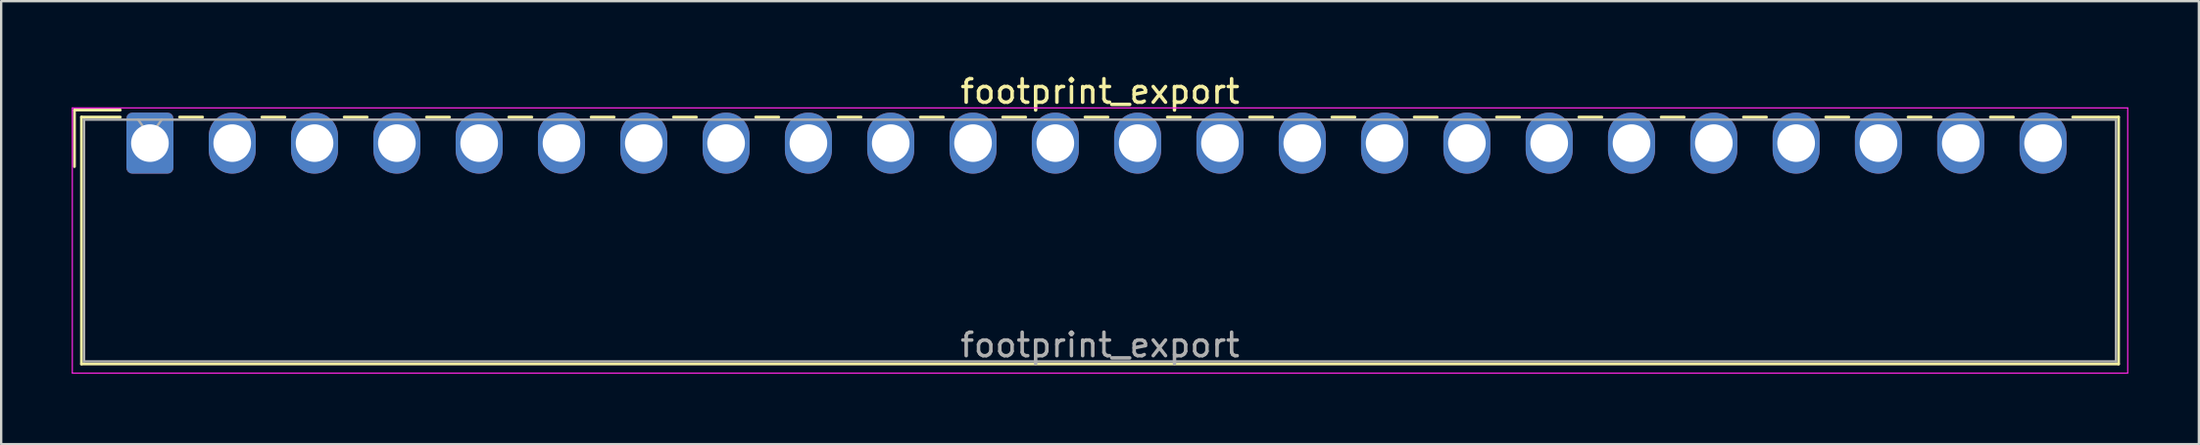
<source format=kicad_pcb>
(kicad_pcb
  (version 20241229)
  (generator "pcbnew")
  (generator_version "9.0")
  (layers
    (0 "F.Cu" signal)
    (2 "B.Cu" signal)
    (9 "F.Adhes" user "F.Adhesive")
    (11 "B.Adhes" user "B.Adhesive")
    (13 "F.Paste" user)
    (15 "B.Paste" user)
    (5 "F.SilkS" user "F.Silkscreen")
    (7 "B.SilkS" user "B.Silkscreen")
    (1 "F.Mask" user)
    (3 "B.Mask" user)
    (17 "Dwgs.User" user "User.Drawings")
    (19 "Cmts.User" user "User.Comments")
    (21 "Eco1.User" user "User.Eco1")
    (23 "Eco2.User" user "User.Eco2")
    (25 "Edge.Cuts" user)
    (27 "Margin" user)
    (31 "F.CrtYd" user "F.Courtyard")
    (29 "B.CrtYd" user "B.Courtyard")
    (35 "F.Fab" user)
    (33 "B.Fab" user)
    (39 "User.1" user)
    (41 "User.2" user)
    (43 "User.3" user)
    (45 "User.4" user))
  (footprint "footprint_export"
    (layer "F.Cu")
    (at 3.325 3.048)
    (property "Reference" "footprint_export" (at 40.4 -2.2 0) (layer "F.SilkS") (effects (font (size 1 1) (thickness 0.15))))
    (attr through_hole)
    (fp_line (start -3.21 -1.41) (end -1.26 -1.41) (stroke (width 0.12) (type solid)) (layer "F.SilkS"))
    (fp_line (start -3.21 1) (end -3.21 -1.41) (stroke (width 0.12) (type solid)) (layer "F.SilkS"))
    (fp_line (start -2.91 -1.11) (end -2.91 9.41) (stroke (width 0.12) (type solid)) (layer "F.SilkS"))
    (fp_line (start -2.91 9.41) (end 83.71 9.41) (stroke (width 0.12) (type solid)) (layer "F.SilkS"))
    (fp_line (start -1.26 -1.11) (end -2.91 -1.11) (stroke (width 0.12) (type solid)) (layer "F.SilkS"))
    (fp_line (start 1.26 -1.11) (end 2.24 -1.11) (stroke (width 0.12) (type solid)) (layer "F.SilkS"))
    (fp_line (start 4.76 -1.11) (end 5.74 -1.11) (stroke (width 0.12) (type solid)) (layer "F.SilkS"))
    (fp_line (start 8.26 -1.11) (end 9.24 -1.11) (stroke (width 0.12) (type solid)) (layer "F.SilkS"))
    (fp_line (start 11.76 -1.11) (end 12.74 -1.11) (stroke (width 0.12) (type solid)) (layer "F.SilkS"))
    (fp_line (start 15.26 -1.11) (end 16.24 -1.11) (stroke (width 0.12) (type solid)) (layer "F.SilkS"))
    (fp_line (start 18.76 -1.11) (end 19.74 -1.11) (stroke (width 0.12) (type solid)) (layer "F.SilkS"))
    (fp_line (start 22.26 -1.11) (end 23.24 -1.11) (stroke (width 0.12) (type solid)) (layer "F.SilkS"))
    (fp_line (start 25.76 -1.11) (end 26.74 -1.11) (stroke (width 0.12) (type solid)) (layer "F.SilkS"))
    (fp_line (start 29.26 -1.11) (end 30.24 -1.11) (stroke (width 0.12) (type solid)) (layer "F.SilkS"))
    (fp_line (start 32.76 -1.11) (end 33.74 -1.11) (stroke (width 0.12) (type solid)) (layer "F.SilkS"))
    (fp_line (start 36.26 -1.11) (end 37.24 -1.11) (stroke (width 0.12) (type solid)) (layer "F.SilkS"))
    (fp_line (start 39.76 -1.11) (end 40.74 -1.11) (stroke (width 0.12) (type solid)) (layer "F.SilkS"))
    (fp_line (start 43.26 -1.11) (end 44.24 -1.11) (stroke (width 0.12) (type solid)) (layer "F.SilkS"))
    (fp_line (start 46.76 -1.11) (end 47.74 -1.11) (stroke (width 0.12) (type solid)) (layer "F.SilkS"))
    (fp_line (start 50.26 -1.11) (end 51.24 -1.11) (stroke (width 0.12) (type solid)) (layer "F.SilkS"))
    (fp_line (start 53.76 -1.11) (end 54.74 -1.11) (stroke (width 0.12) (type solid)) (layer "F.SilkS"))
    (fp_line (start 57.26 -1.11) (end 58.24 -1.11) (stroke (width 0.12) (type solid)) (layer "F.SilkS"))
    (fp_line (start 60.76 -1.11) (end 61.74 -1.11) (stroke (width 0.12) (type solid)) (layer "F.SilkS"))
    (fp_line (start 64.26 -1.11) (end 65.24 -1.11) (stroke (width 0.12) (type solid)) (layer "F.SilkS"))
    (fp_line (start 67.76 -1.11) (end 68.74 -1.11) (stroke (width 0.12) (type solid)) (layer "F.SilkS"))
    (fp_line (start 71.26 -1.11) (end 72.24 -1.11) (stroke (width 0.12) (type solid)) (layer "F.SilkS"))
    (fp_line (start 74.76 -1.11) (end 75.74 -1.11) (stroke (width 0.12) (type solid)) (layer "F.SilkS"))
    (fp_line (start 78.26 -1.11) (end 79.24 -1.11) (stroke (width 0.12) (type solid)) (layer "F.SilkS"))
    (fp_line (start 83.71 -1.11) (end 81.76 -1.11) (stroke (width 0.12) (type solid)) (layer "F.SilkS"))
    (fp_line (start 83.71 9.41) (end 83.71 -1.11) (stroke (width 0.12) (type solid)) (layer "F.SilkS"))
    (fp_line (start -3.3 -1.5) (end -3.3 9.8) (stroke (width 0.05) (type solid)) (layer "F.CrtYd"))
    (fp_line (start -3.3 9.8) (end 84.1 9.8) (stroke (width 0.05) (type solid)) (layer "F.CrtYd"))
    (fp_line (start 84.1 -1.5) (end -3.3 -1.5) (stroke (width 0.05) (type solid)) (layer "F.CrtYd"))
    (fp_line (start 84.1 9.8) (end 84.1 -1.5) (stroke (width 0.05) (type solid)) (layer "F.CrtYd"))
    (fp_line (start -2.8 -1) (end -2.8 9.3) (stroke (width 0.1) (type solid)) (layer "F.Fab"))
    (fp_line (start -2.8 9.3) (end 83.6 9.3) (stroke (width 0.1) (type solid)) (layer "F.Fab"))
    (fp_line (start -0.5 -1) (end 0 -0.293) (stroke (width 0.1) (type solid)) (layer "F.Fab"))
    (fp_line (start 0 -0.293) (end 0.5 -1) (stroke (width 0.1) (type solid)) (layer "F.Fab"))
    (fp_line (start 83.6 -1) (end -2.8 -1) (stroke (width 0.1) (type solid)) (layer "F.Fab"))
    (fp_line (start 83.6 9.3) (end 83.6 -1) (stroke (width 0.1) (type solid)) (layer "F.Fab"))
    (fp_text user "${REFERENCE}" (at 40.4 8.6 0) (layer "F.Fab") (effects (font (size 1 1) (thickness 0.15))))
    (pad "1" thru_hole roundrect (at 0 0) (size 2 2.6) (drill 1.6) (layers "*.Cu" "*.Mask") (roundrect_rratio 0.125))
    (pad "2" thru_hole oval (at 3.5 0) (size 2 2.6) (drill 1.6) (layers "*.Cu" "*.Mask"))
    (pad "3" thru_hole oval (at 7 0) (size 2 2.6) (drill 1.6) (layers "*.Cu" "*.Mask"))
    (pad "4" thru_hole oval (at 10.5 0) (size 2 2.6) (drill 1.6) (layers "*.Cu" "*.Mask"))
    (pad "5" thru_hole oval (at 14 0) (size 2 2.6) (drill 1.6) (layers "*.Cu" "*.Mask"))
    (pad "6" thru_hole oval (at 17.5 0) (size 2 2.6) (drill 1.6) (layers "*.Cu" "*.Mask"))
    (pad "7" thru_hole oval (at 21 0) (size 2 2.6) (drill 1.6) (layers "*.Cu" "*.Mask"))
    (pad "8" thru_hole oval (at 24.5 0) (size 2 2.6) (drill 1.6) (layers "*.Cu" "*.Mask"))
    (pad "9" thru_hole oval (at 28 0) (size 2 2.6) (drill 1.6) (layers "*.Cu" "*.Mask"))
    (pad "10" thru_hole oval (at 31.5 0) (size 2 2.6) (drill 1.6) (layers "*.Cu" "*.Mask"))
    (pad "11" thru_hole oval (at 35 0) (size 2 2.6) (drill 1.6) (layers "*.Cu" "*.Mask"))
    (pad "12" thru_hole oval (at 38.5 0) (size 2 2.6) (drill 1.6) (layers "*.Cu" "*.Mask"))
    (pad "13" thru_hole oval (at 42 0) (size 2 2.6) (drill 1.6) (layers "*.Cu" "*.Mask"))
    (pad "14" thru_hole oval (at 45.5 0) (size 2 2.6) (drill 1.6) (layers "*.Cu" "*.Mask"))
    (pad "15" thru_hole oval (at 49 0) (size 2 2.6) (drill 1.6) (layers "*.Cu" "*.Mask"))
    (pad "16" thru_hole oval (at 52.5 0) (size 2 2.6) (drill 1.6) (layers "*.Cu" "*.Mask"))
    (pad "17" thru_hole oval (at 56 0) (size 2 2.6) (drill 1.6) (layers "*.Cu" "*.Mask"))
    (pad "18" thru_hole oval (at 59.5 0) (size 2 2.6) (drill 1.6) (layers "*.Cu" "*.Mask"))
    (pad "19" thru_hole oval (at 63 0) (size 2 2.6) (drill 1.6) (layers "*.Cu" "*.Mask"))
    (pad "20" thru_hole oval (at 66.5 0) (size 2 2.6) (drill 1.6) (layers "*.Cu" "*.Mask"))
    (pad "21" thru_hole oval (at 70 0) (size 2 2.6) (drill 1.6) (layers "*.Cu" "*.Mask"))
    (pad "22" thru_hole oval (at 73.5 0) (size 2 2.6) (drill 1.6) (layers "*.Cu" "*.Mask"))
    (pad "23" thru_hole oval (at 77 0) (size 2 2.6) (drill 1.6) (layers "*.Cu" "*.Mask"))
    (pad "24" thru_hole oval (at 80.5 0) (size 2 2.6) (drill 1.6) (layers "*.Cu" "*.Mask")))
  (gr_rect
    (start -3 -3)
    (end 90.45 15.873)
    (stroke (width 0.1) (type default))
    (fill no)
    (layer "Edge.Cuts")))
</source>
